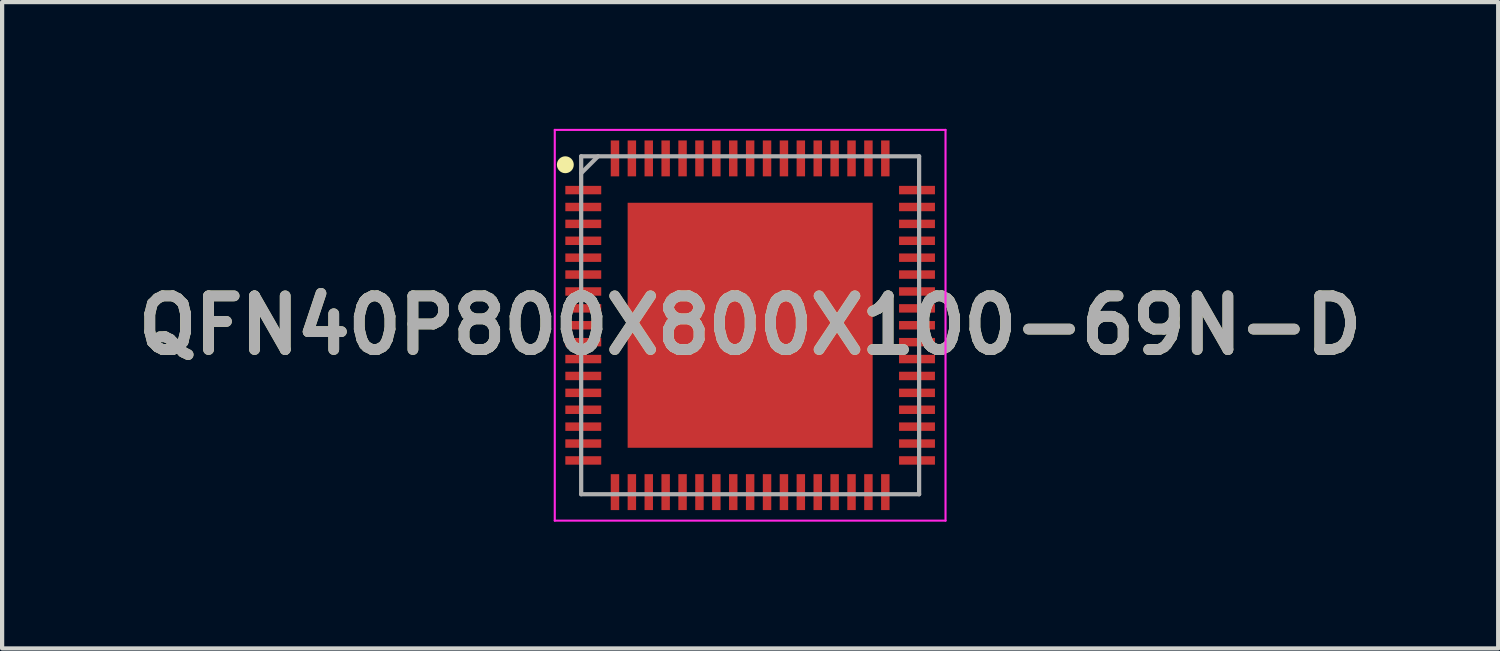
<source format=kicad_pcb>
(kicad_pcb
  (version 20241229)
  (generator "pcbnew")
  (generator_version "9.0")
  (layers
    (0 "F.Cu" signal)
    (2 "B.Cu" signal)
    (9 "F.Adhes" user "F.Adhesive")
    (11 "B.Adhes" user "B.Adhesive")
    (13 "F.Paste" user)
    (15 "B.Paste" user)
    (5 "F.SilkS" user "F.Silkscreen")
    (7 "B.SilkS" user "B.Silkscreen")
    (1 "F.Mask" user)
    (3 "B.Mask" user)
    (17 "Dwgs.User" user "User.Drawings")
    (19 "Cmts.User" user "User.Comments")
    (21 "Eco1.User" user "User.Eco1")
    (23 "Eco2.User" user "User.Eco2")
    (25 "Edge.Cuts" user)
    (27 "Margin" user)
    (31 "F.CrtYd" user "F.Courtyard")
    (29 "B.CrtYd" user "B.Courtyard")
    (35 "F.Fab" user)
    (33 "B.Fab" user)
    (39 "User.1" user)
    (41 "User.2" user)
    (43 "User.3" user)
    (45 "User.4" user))
  (footprint "QFN40P800X800X100-69N-D"
    (layer "F.Cu")
    (at 14.708 4.65)
    (property "Reference" "QFN40P800X800X100-69N-D" (at 0 0 0) (layer "F.SilkS") (effects (font (size 1.27 1.27) (thickness 0.254))))
    (attr smd)
    (fp_circle (center -4.375 -3.8) (end -4.375 -3.7) (stroke (width 0.2) (type solid)) (fill no) (layer "F.SilkS"))
    (fp_line (start -4.625 -4.625) (end 4.625 -4.625) (stroke (width 0.05) (type solid)) (layer "F.CrtYd"))
    (fp_line (start -4.625 4.625) (end -4.625 -4.625) (stroke (width 0.05) (type solid)) (layer "F.CrtYd"))
    (fp_line (start 4.625 -4.625) (end 4.625 4.625) (stroke (width 0.05) (type solid)) (layer "F.CrtYd"))
    (fp_line (start 4.625 4.625) (end -4.625 4.625) (stroke (width 0.05) (type solid)) (layer "F.CrtYd"))
    (fp_line (start -4 -4) (end 4 -4) (stroke (width 0.1) (type solid)) (layer "F.Fab"))
    (fp_line (start -4 -3.6) (end -3.6 -4) (stroke (width 0.1) (type solid)) (layer "F.Fab"))
    (fp_line (start -4 4) (end -4 -4) (stroke (width 0.1) (type solid)) (layer "F.Fab"))
    (fp_line (start 4 -4) (end 4 4) (stroke (width 0.1) (type solid)) (layer "F.Fab"))
    (fp_line (start 4 4) (end -4 4) (stroke (width 0.1) (type solid)) (layer "F.Fab"))
    (fp_text user "${REFERENCE}" (at 0 0 0) (layer "F.Fab") (effects (font (size 1.27 1.27) (thickness 0.254))))
    (pad "1" smd rect (at -3.95 -3.2 90) (size 0.2 0.85) (layers "F.Cu" "F.Mask" "F.Paste"))
    (pad "2" smd rect (at -3.95 -2.8 90) (size 0.2 0.85) (layers "F.Cu" "F.Mask" "F.Paste"))
    (pad "3" smd rect (at -3.95 -2.4 90) (size 0.2 0.85) (layers "F.Cu" "F.Mask" "F.Paste"))
    (pad "4" smd rect (at -3.95 -2 90) (size 0.2 0.85) (layers "F.Cu" "F.Mask" "F.Paste"))
    (pad "5" smd rect (at -3.95 -1.6 90) (size 0.2 0.85) (layers "F.Cu" "F.Mask" "F.Paste"))
    (pad "6" smd rect (at -3.95 -1.2 90) (size 0.2 0.85) (layers "F.Cu" "F.Mask" "F.Paste"))
    (pad "7" smd rect (at -3.95 -0.8 90) (size 0.2 0.85) (layers "F.Cu" "F.Mask" "F.Paste"))
    (pad "8" smd rect (at -3.95 -0.4 90) (size 0.2 0.85) (layers "F.Cu" "F.Mask" "F.Paste"))
    (pad "9" smd rect (at -3.95 0 90) (size 0.2 0.85) (layers "F.Cu" "F.Mask" "F.Paste"))
    (pad "10" smd rect (at -3.95 0.4 90) (size 0.2 0.85) (layers "F.Cu" "F.Mask" "F.Paste"))
    (pad "11" smd rect (at -3.95 0.8 90) (size 0.2 0.85) (layers "F.Cu" "F.Mask" "F.Paste"))
    (pad "12" smd rect (at -3.95 1.2 90) (size 0.2 0.85) (layers "F.Cu" "F.Mask" "F.Paste"))
    (pad "13" smd rect (at -3.95 1.6 90) (size 0.2 0.85) (layers "F.Cu" "F.Mask" "F.Paste"))
    (pad "14" smd rect (at -3.95 2 90) (size 0.2 0.85) (layers "F.Cu" "F.Mask" "F.Paste"))
    (pad "15" smd rect (at -3.95 2.4 90) (size 0.2 0.85) (layers "F.Cu" "F.Mask" "F.Paste"))
    (pad "16" smd rect (at -3.95 2.8 90) (size 0.2 0.85) (layers "F.Cu" "F.Mask" "F.Paste"))
    (pad "17" smd rect (at -3.95 3.2 90) (size 0.2 0.85) (layers "F.Cu" "F.Mask" "F.Paste"))
    (pad "18" smd rect (at -3.2 3.95) (size 0.2 0.85) (layers "F.Cu" "F.Mask" "F.Paste"))
    (pad "19" smd rect (at -2.8 3.95) (size 0.2 0.85) (layers "F.Cu" "F.Mask" "F.Paste"))
    (pad "20" smd rect (at -2.4 3.95) (size 0.2 0.85) (layers "F.Cu" "F.Mask" "F.Paste"))
    (pad "21" smd rect (at -2 3.95) (size 0.2 0.85) (layers "F.Cu" "F.Mask" "F.Paste"))
    (pad "22" smd rect (at -1.6 3.95) (size 0.2 0.85) (layers "F.Cu" "F.Mask" "F.Paste"))
    (pad "23" smd rect (at -1.2 3.95) (size 0.2 0.85) (layers "F.Cu" "F.Mask" "F.Paste"))
    (pad "24" smd rect (at -0.8 3.95) (size 0.2 0.85) (layers "F.Cu" "F.Mask" "F.Paste"))
    (pad "25" smd rect (at -0.4 3.95) (size 0.2 0.85) (layers "F.Cu" "F.Mask" "F.Paste"))
    (pad "26" smd rect (at 0 3.95) (size 0.2 0.85) (layers "F.Cu" "F.Mask" "F.Paste"))
    (pad "27" smd rect (at 0.4 3.95) (size 0.2 0.85) (layers "F.Cu" "F.Mask" "F.Paste"))
    (pad "28" smd rect (at 0.8 3.95) (size 0.2 0.85) (layers "F.Cu" "F.Mask" "F.Paste"))
    (pad "29" smd rect (at 1.2 3.95) (size 0.2 0.85) (layers "F.Cu" "F.Mask" "F.Paste"))
    (pad "30" smd rect (at 1.6 3.95) (size 0.2 0.85) (layers "F.Cu" "F.Mask" "F.Paste"))
    (pad "31" smd rect (at 2 3.95) (size 0.2 0.85) (layers "F.Cu" "F.Mask" "F.Paste"))
    (pad "32" smd rect (at 2.4 3.95) (size 0.2 0.85) (layers "F.Cu" "F.Mask" "F.Paste"))
    (pad "33" smd rect (at 2.8 3.95) (size 0.2 0.85) (layers "F.Cu" "F.Mask" "F.Paste"))
    (pad "34" smd rect (at 3.2 3.95) (size 0.2 0.85) (layers "F.Cu" "F.Mask" "F.Paste"))
    (pad "35" smd rect (at 3.95 3.2 90) (size 0.2 0.85) (layers "F.Cu" "F.Mask" "F.Paste"))
    (pad "36" smd rect (at 3.95 2.8 90) (size 0.2 0.85) (layers "F.Cu" "F.Mask" "F.Paste"))
    (pad "37" smd rect (at 3.95 2.4 90) (size 0.2 0.85) (layers "F.Cu" "F.Mask" "F.Paste"))
    (pad "38" smd rect (at 3.95 2 90) (size 0.2 0.85) (layers "F.Cu" "F.Mask" "F.Paste"))
    (pad "39" smd rect (at 3.95 1.6 90) (size 0.2 0.85) (layers "F.Cu" "F.Mask" "F.Paste"))
    (pad "40" smd rect (at 3.95 1.2 90) (size 0.2 0.85) (layers "F.Cu" "F.Mask" "F.Paste"))
    (pad "41" smd rect (at 3.95 0.8 90) (size 0.2 0.85) (layers "F.Cu" "F.Mask" "F.Paste"))
    (pad "42" smd rect (at 3.95 0.4 90) (size 0.2 0.85) (layers "F.Cu" "F.Mask" "F.Paste"))
    (pad "43" smd rect (at 3.95 0 90) (size 0.2 0.85) (layers "F.Cu" "F.Mask" "F.Paste"))
    (pad "44" smd rect (at 3.95 -0.4 90) (size 0.2 0.85) (layers "F.Cu" "F.Mask" "F.Paste"))
    (pad "45" smd rect (at 3.95 -0.8 90) (size 0.2 0.85) (layers "F.Cu" "F.Mask" "F.Paste"))
    (pad "46" smd rect (at 3.95 -1.2 90) (size 0.2 0.85) (layers "F.Cu" "F.Mask" "F.Paste"))
    (pad "47" smd rect (at 3.95 -1.6 90) (size 0.2 0.85) (layers "F.Cu" "F.Mask" "F.Paste"))
    (pad "48" smd rect (at 3.95 -2 90) (size 0.2 0.85) (layers "F.Cu" "F.Mask" "F.Paste"))
    (pad "49" smd rect (at 3.95 -2.4 90) (size 0.2 0.85) (layers "F.Cu" "F.Mask" "F.Paste"))
    (pad "50" smd rect (at 3.95 -2.8 90) (size 0.2 0.85) (layers "F.Cu" "F.Mask" "F.Paste"))
    (pad "51" smd rect (at 3.95 -3.2 90) (size 0.2 0.85) (layers "F.Cu" "F.Mask" "F.Paste"))
    (pad "52" smd rect (at 3.2 -3.95) (size 0.2 0.85) (layers "F.Cu" "F.Mask" "F.Paste"))
    (pad "53" smd rect (at 2.8 -3.95) (size 0.2 0.85) (layers "F.Cu" "F.Mask" "F.Paste"))
    (pad "54" smd rect (at 2.4 -3.95) (size 0.2 0.85) (layers "F.Cu" "F.Mask" "F.Paste"))
    (pad "55" smd rect (at 2 -3.95) (size 0.2 0.85) (layers "F.Cu" "F.Mask" "F.Paste"))
    (pad "56" smd rect (at 1.6 -3.95) (size 0.2 0.85) (layers "F.Cu" "F.Mask" "F.Paste"))
    (pad "57" smd rect (at 1.2 -3.95) (size 0.2 0.85) (layers "F.Cu" "F.Mask" "F.Paste"))
    (pad "58" smd rect (at 0.8 -3.95) (size 0.2 0.85) (layers "F.Cu" "F.Mask" "F.Paste"))
    (pad "59" smd rect (at 0.4 -3.95) (size 0.2 0.85) (layers "F.Cu" "F.Mask" "F.Paste"))
    (pad "60" smd rect (at 0 -3.95) (size 0.2 0.85) (layers "F.Cu" "F.Mask" "F.Paste"))
    (pad "61" smd rect (at -0.4 -3.95) (size 0.2 0.85) (layers "F.Cu" "F.Mask" "F.Paste"))
    (pad "62" smd rect (at -0.8 -3.95) (size 0.2 0.85) (layers "F.Cu" "F.Mask" "F.Paste"))
    (pad "63" smd rect (at -1.2 -3.95) (size 0.2 0.85) (layers "F.Cu" "F.Mask" "F.Paste"))
    (pad "64" smd rect (at -1.6 -3.95) (size 0.2 0.85) (layers "F.Cu" "F.Mask" "F.Paste"))
    (pad "65" smd rect (at -2 -3.95) (size 0.2 0.85) (layers "F.Cu" "F.Mask" "F.Paste"))
    (pad "66" smd rect (at -2.4 -3.95) (size 0.2 0.85) (layers "F.Cu" "F.Mask" "F.Paste"))
    (pad "67" smd rect (at -2.8 -3.95) (size 0.2 0.85) (layers "F.Cu" "F.Mask" "F.Paste"))
    (pad "68" smd rect (at -3.2 -3.95) (size 0.2 0.85) (layers "F.Cu" "F.Mask" "F.Paste"))
    (pad "69" smd rect (at 0 0) (size 5.8 5.8) (layers "F.Cu" "F.Mask" "F.Paste")))
  (gr_rect
    (start -3 -3)
    (end 32.416 12.3)
    (stroke (width 0.1) (type default))
    (fill no)
    (layer "Edge.Cuts")))
</source>
